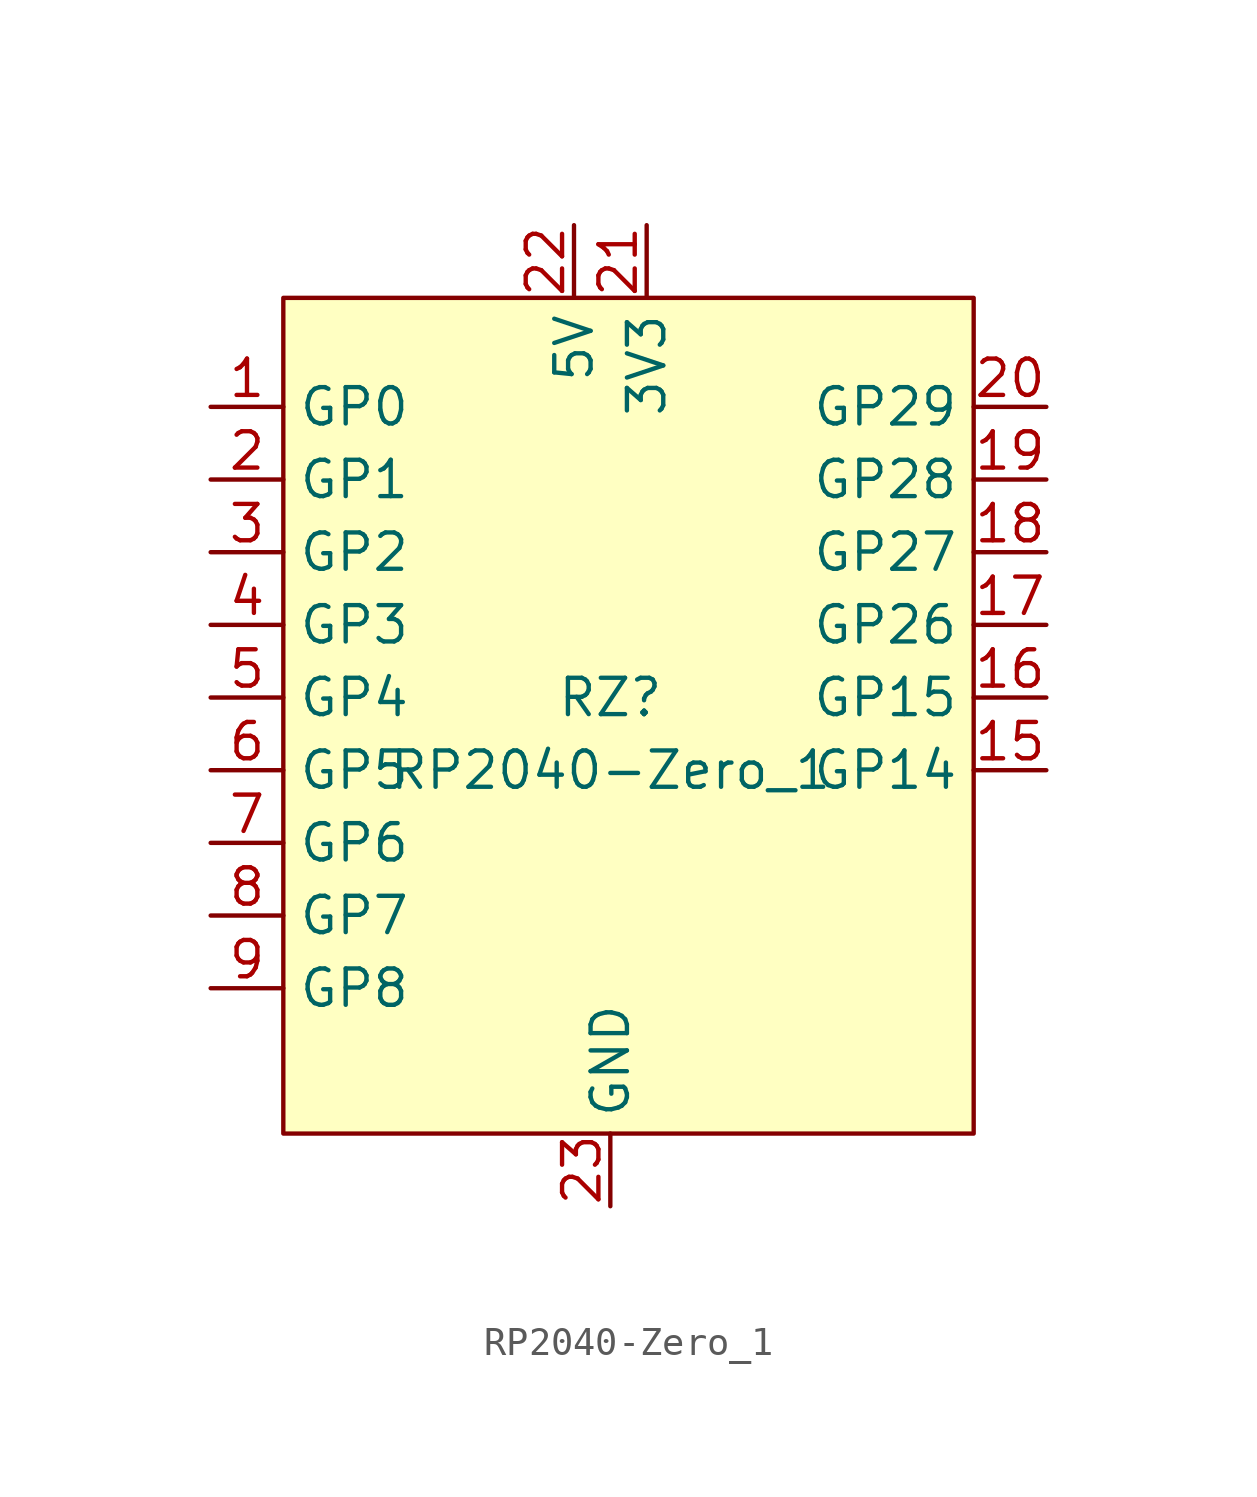
<source format=kicad_sym>
(kicad_symbol_lib
  (version 20211014)
  (generator kicad_symbol_editor)
  (symbol "RP2040-Zero_1"
    (property "Reference" "RZ"
      (at 0 0 0)
      (effects (font (size 1.27 1.27))))
    (property "Value" "RP2040-Zero_1"
      (at 0 -2.54 0)
      (effects (font (size 1.27 1.27))))
    (symbol "RP2040-Zero_1_0_1"
      (rectangle (start -11.43 -15.24) (end 12.7 13.97) (stroke (width 0) (type default) (color 0 0 0 0)) (fill (type background))))
    (symbol "RP2040-Zero_1_1_1"
      (pin bidirectional line (at -13.97 10.16 0) (length 2.54) (name "GP0" (effects (font (size 1.27 1.27)))) (number "1" (effects (font (size 1.27 1.27)))))
      (pin bidirectional line (at 15.24 -2.54 180) (length 2.54) (name "GP14" (effects (font (size 1.27 1.27)))) (number "15" (effects (font (size 1.27 1.27)))))
      (pin bidirectional line (at 15.24 0 180) (length 2.54) (name "GP15" (effects (font (size 1.27 1.27)))) (number "16" (effects (font (size 1.27 1.27)))))
      (pin bidirectional line (at 15.24 2.54 180) (length 2.54) (name "GP26" (effects (font (size 1.27 1.27)))) (number "17" (effects (font (size 1.27 1.27)))))
      (pin bidirectional line (at 15.24 5.08 180) (length 2.54) (name "GP27" (effects (font (size 1.27 1.27)))) (number "18" (effects (font (size 1.27 1.27)))))
      (pin bidirectional line (at 15.24 7.62 180) (length 2.54) (name "GP28" (effects (font (size 1.27 1.27)))) (number "19" (effects (font (size 1.27 1.27)))))
      (pin bidirectional line (at -13.97 7.62 0) (length 2.54) (name "GP1" (effects (font (size 1.27 1.27)))) (number "2" (effects (font (size 1.27 1.27)))))
      (pin bidirectional line (at 15.24 10.16 180) (length 2.54) (name "GP29" (effects (font (size 1.27 1.27)))) (number "20" (effects (font (size 1.27 1.27)))))
      (pin power_in line (at 1.27 16.51 270) (length 2.54) (name "3V3" (effects (font (size 1.27 1.27)))) (number "21" (effects (font (size 1.27 1.27)))))
      (pin power_in line (at -1.27 16.51 270) (length 2.54) (name "5V" (effects (font (size 1.27 1.27)))) (number "22" (effects (font (size 1.27 1.27)))))
      (pin power_in line (at 0 -17.78 90) (length 2.54) (name "GND" (effects (font (size 1.27 1.27)))) (number "23" (effects (font (size 1.27 1.27)))))
      (pin bidirectional line (at -13.97 5.08 0) (length 2.54) (name "GP2" (effects (font (size 1.27 1.27)))) (number "3" (effects (font (size 1.27 1.27)))))
      (pin bidirectional line (at -13.97 2.54 0) (length 2.54) (name "GP3" (effects (font (size 1.27 1.27)))) (number "4" (effects (font (size 1.27 1.27)))))
      (pin bidirectional line (at -13.97 0 0) (length 2.54) (name "GP4" (effects (font (size 1.27 1.27)))) (number "5" (effects (font (size 1.27 1.27)))))
      (pin bidirectional line (at -13.97 -2.54 0) (length 2.54) (name "GP5" (effects (font (size 1.27 1.27)))) (number "6" (effects (font (size 1.27 1.27)))))
      (pin bidirectional line (at -13.97 -5.08 0) (length 2.54) (name "GP6" (effects (font (size 1.27 1.27)))) (number "7" (effects (font (size 1.27 1.27)))))
      (pin bidirectional line (at -13.97 -7.62 0) (length 2.54) (name "GP7" (effects (font (size 1.27 1.27)))) (number "8" (effects (font (size 1.27 1.27)))))
      (pin bidirectional line (at -13.97 -10.16 0) (length 2.54) (name "GP8" (effects (font (size 1.27 1.27)))) (number "9" (effects (font (size 1.27 1.27))))))))
</source>
